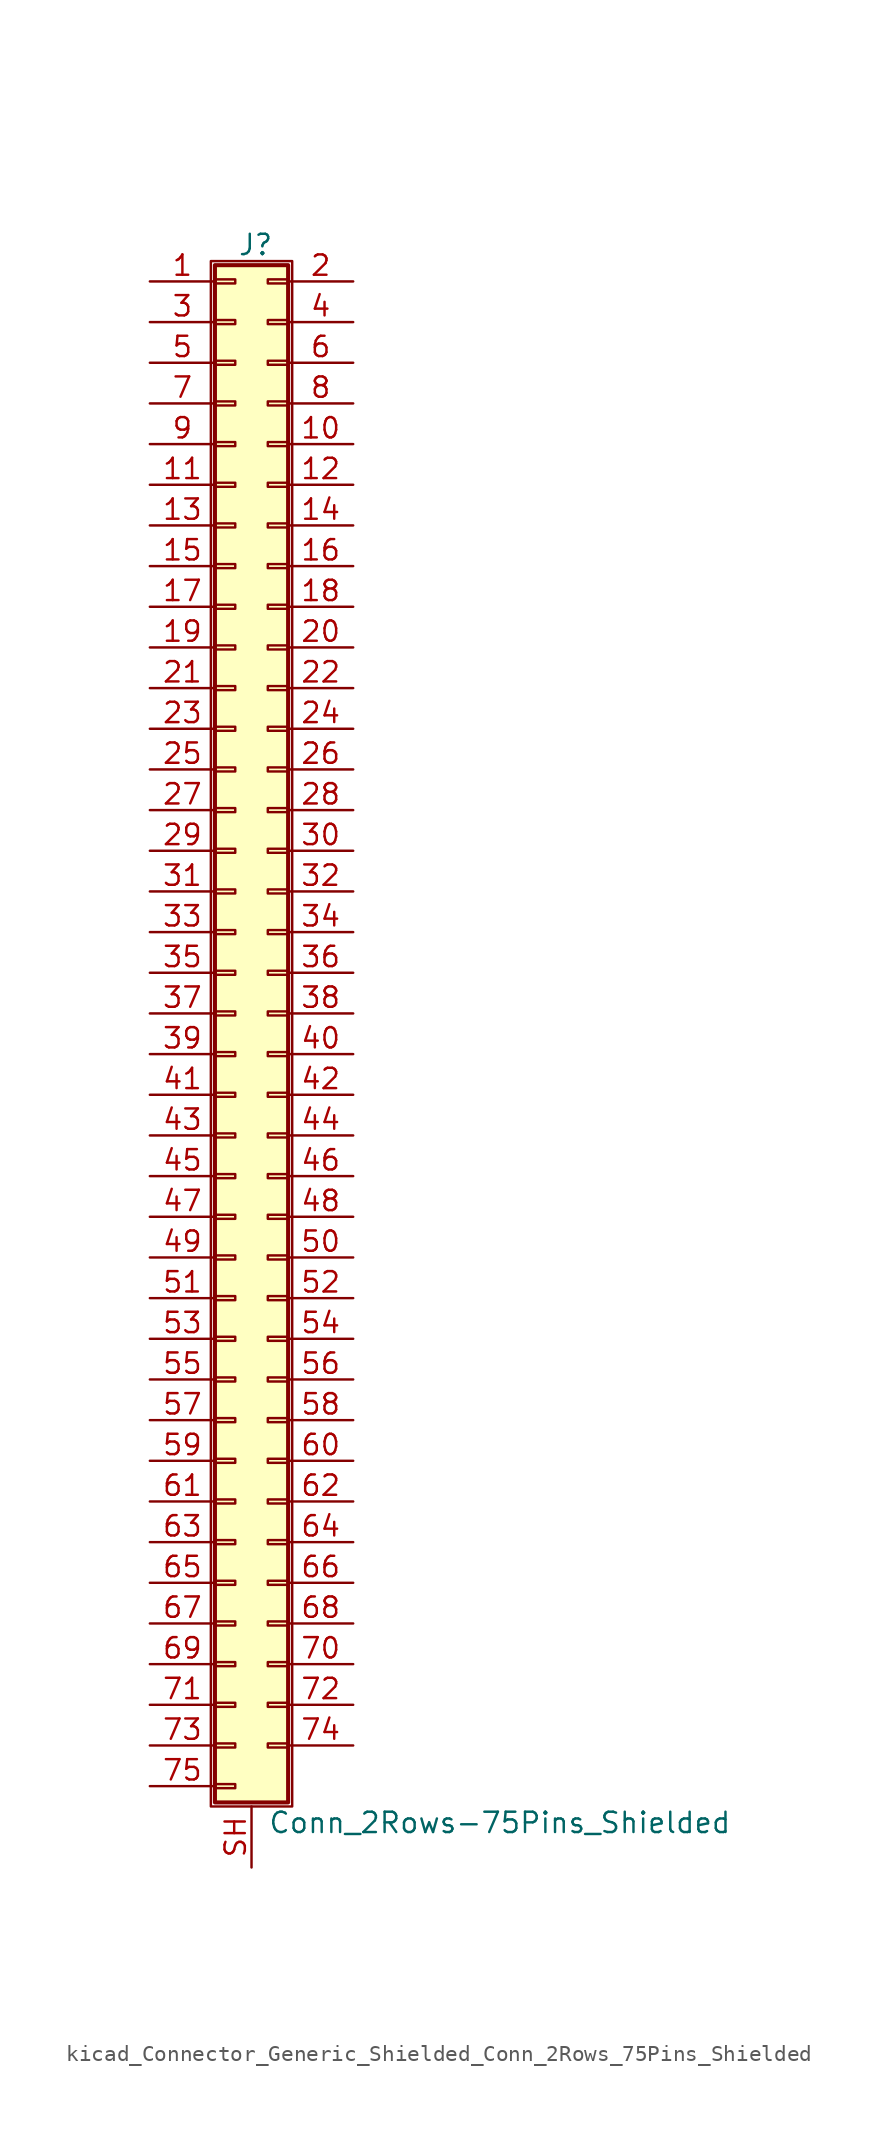
<source format=kicad_sym>
(kicad_symbol_lib
  (version 20220914)
  (generator kicad_symbol_editor)
  (symbol "kicad_Connector_Generic_Shielded_Conn_2Rows_75Pins_Shielded"
    (pin_names
      (offset 1.016) hide)
    (property "Reference" "J"
      (at 1.524 48.006 0)
      (effects (font (size 1.27 1.27))))
    (property "Value" "Conn_2Rows-75Pins_Shielded"
      (at 2.286 -50.546 0)
      (effects (font (size 1.27 1.27)) (justify left)))
    (symbol "kicad_Connector_Generic_Shielded_Conn_2Rows_75Pins_Shielded_1_1"
      (rectangle (start -1.27 46.99) (end 3.81 -49.53) (stroke (width 0.152) (type default)) (fill (type none)))
      (rectangle (start -1.016 -48.133) (end 0.254 -48.387) (stroke (width 0.152) (type default)) (fill (type none)))
      (rectangle (start -1.016 -45.593) (end 0.254 -45.847) (stroke (width 0.152) (type default)) (fill (type none)))
      (rectangle (start -1.016 -43.053) (end 0.254 -43.307) (stroke (width 0.152) (type default)) (fill (type none)))
      (rectangle (start -1.016 -40.513) (end 0.254 -40.767) (stroke (width 0.152) (type default)) (fill (type none)))
      (rectangle (start -1.016 -37.973) (end 0.254 -38.227) (stroke (width 0.152) (type default)) (fill (type none)))
      (rectangle (start -1.016 -35.433) (end 0.254 -35.687) (stroke (width 0.152) (type default)) (fill (type none)))
      (rectangle (start -1.016 -32.893) (end 0.254 -33.147) (stroke (width 0.152) (type default)) (fill (type none)))
      (rectangle (start -1.016 -30.353) (end 0.254 -30.607) (stroke (width 0.152) (type default)) (fill (type none)))
      (rectangle (start -1.016 -27.813) (end 0.254 -28.067) (stroke (width 0.152) (type default)) (fill (type none)))
      (rectangle (start -1.016 -25.273) (end 0.254 -25.527) (stroke (width 0.152) (type default)) (fill (type none)))
      (rectangle (start -1.016 -22.733) (end 0.254 -22.987) (stroke (width 0.152) (type default)) (fill (type none)))
      (rectangle (start -1.016 -20.193) (end 0.254 -20.447) (stroke (width 0.152) (type default)) (fill (type none)))
      (rectangle (start -1.016 -17.653) (end 0.254 -17.907) (stroke (width 0.152) (type default)) (fill (type none)))
      (rectangle (start -1.016 -15.113) (end 0.254 -15.367) (stroke (width 0.152) (type default)) (fill (type none)))
      (rectangle (start -1.016 -12.573) (end 0.254 -12.827) (stroke (width 0.152) (type default)) (fill (type none)))
      (rectangle (start -1.016 -10.033) (end 0.254 -10.287) (stroke (width 0.152) (type default)) (fill (type none)))
      (rectangle (start -1.016 -7.493) (end 0.254 -7.747) (stroke (width 0.152) (type default)) (fill (type none)))
      (rectangle (start -1.016 -4.953) (end 0.254 -5.207) (stroke (width 0.152) (type default)) (fill (type none)))
      (rectangle (start -1.016 -2.413) (end 0.254 -2.667) (stroke (width 0.152) (type default)) (fill (type none)))
      (rectangle (start -1.016 0.127) (end 0.254 -0.127) (stroke (width 0.152) (type default)) (fill (type none)))
      (rectangle (start -1.016 2.667) (end 0.254 2.413) (stroke (width 0.152) (type default)) (fill (type none)))
      (rectangle (start -1.016 5.207) (end 0.254 4.953) (stroke (width 0.152) (type default)) (fill (type none)))
      (rectangle (start -1.016 7.747) (end 0.254 7.493) (stroke (width 0.152) (type default)) (fill (type none)))
      (rectangle (start -1.016 10.287) (end 0.254 10.033) (stroke (width 0.152) (type default)) (fill (type none)))
      (rectangle (start -1.016 12.827) (end 0.254 12.573) (stroke (width 0.152) (type default)) (fill (type none)))
      (rectangle (start -1.016 15.367) (end 0.254 15.113) (stroke (width 0.152) (type default)) (fill (type none)))
      (rectangle (start -1.016 17.907) (end 0.254 17.653) (stroke (width 0.152) (type default)) (fill (type none)))
      (rectangle (start -1.016 20.447) (end 0.254 20.193) (stroke (width 0.152) (type default)) (fill (type none)))
      (rectangle (start -1.016 22.987) (end 0.254 22.733) (stroke (width 0.152) (type default)) (fill (type none)))
      (rectangle (start -1.016 25.527) (end 0.254 25.273) (stroke (width 0.152) (type default)) (fill (type none)))
      (rectangle (start -1.016 28.067) (end 0.254 27.813) (stroke (width 0.152) (type default)) (fill (type none)))
      (rectangle (start -1.016 30.607) (end 0.254 30.353) (stroke (width 0.152) (type default)) (fill (type none)))
      (rectangle (start -1.016 33.147) (end 0.254 32.893) (stroke (width 0.152) (type default)) (fill (type none)))
      (rectangle (start -1.016 35.687) (end 0.254 35.433) (stroke (width 0.152) (type default)) (fill (type none)))
      (rectangle (start -1.016 38.227) (end 0.254 37.973) (stroke (width 0.152) (type default)) (fill (type none)))
      (rectangle (start -1.016 40.767) (end 0.254 40.513) (stroke (width 0.152) (type default)) (fill (type none)))
      (rectangle (start -1.016 43.307) (end 0.254 43.053) (stroke (width 0.152) (type default)) (fill (type none)))
      (rectangle (start -1.016 45.847) (end 0.254 45.593) (stroke (width 0.152) (type default)) (fill (type none)))
      (rectangle (start -1.016 46.736) (end 3.556 -49.276) (stroke (width 0.254) (type default)) (fill (type background)))
      (rectangle (start 3.556 -45.593) (end 2.286 -45.847) (stroke (width 0.152) (type default)) (fill (type none)))
      (rectangle (start 3.556 -43.053) (end 2.286 -43.307) (stroke (width 0.152) (type default)) (fill (type none)))
      (rectangle (start 3.556 -40.513) (end 2.286 -40.767) (stroke (width 0.152) (type default)) (fill (type none)))
      (rectangle (start 3.556 -37.973) (end 2.286 -38.227) (stroke (width 0.152) (type default)) (fill (type none)))
      (rectangle (start 3.556 -35.433) (end 2.286 -35.687) (stroke (width 0.152) (type default)) (fill (type none)))
      (rectangle (start 3.556 -32.893) (end 2.286 -33.147) (stroke (width 0.152) (type default)) (fill (type none)))
      (rectangle (start 3.556 -30.353) (end 2.286 -30.607) (stroke (width 0.152) (type default)) (fill (type none)))
      (rectangle (start 3.556 -27.813) (end 2.286 -28.067) (stroke (width 0.152) (type default)) (fill (type none)))
      (rectangle (start 3.556 -25.273) (end 2.286 -25.527) (stroke (width 0.152) (type default)) (fill (type none)))
      (rectangle (start 3.556 -22.733) (end 2.286 -22.987) (stroke (width 0.152) (type default)) (fill (type none)))
      (rectangle (start 3.556 -20.193) (end 2.286 -20.447) (stroke (width 0.152) (type default)) (fill (type none)))
      (rectangle (start 3.556 -17.653) (end 2.286 -17.907) (stroke (width 0.152) (type default)) (fill (type none)))
      (rectangle (start 3.556 -15.113) (end 2.286 -15.367) (stroke (width 0.152) (type default)) (fill (type none)))
      (rectangle (start 3.556 -12.573) (end 2.286 -12.827) (stroke (width 0.152) (type default)) (fill (type none)))
      (rectangle (start 3.556 -10.033) (end 2.286 -10.287) (stroke (width 0.152) (type default)) (fill (type none)))
      (rectangle (start 3.556 -7.493) (end 2.286 -7.747) (stroke (width 0.152) (type default)) (fill (type none)))
      (rectangle (start 3.556 -4.953) (end 2.286 -5.207) (stroke (width 0.152) (type default)) (fill (type none)))
      (rectangle (start 3.556 -2.413) (end 2.286 -2.667) (stroke (width 0.152) (type default)) (fill (type none)))
      (rectangle (start 3.556 0.127) (end 2.286 -0.127) (stroke (width 0.152) (type default)) (fill (type none)))
      (rectangle (start 3.556 2.667) (end 2.286 2.413) (stroke (width 0.152) (type default)) (fill (type none)))
      (rectangle (start 3.556 5.207) (end 2.286 4.953) (stroke (width 0.152) (type default)) (fill (type none)))
      (rectangle (start 3.556 7.747) (end 2.286 7.493) (stroke (width 0.152) (type default)) (fill (type none)))
      (rectangle (start 3.556 10.287) (end 2.286 10.033) (stroke (width 0.152) (type default)) (fill (type none)))
      (rectangle (start 3.556 12.827) (end 2.286 12.573) (stroke (width 0.152) (type default)) (fill (type none)))
      (rectangle (start 3.556 15.367) (end 2.286 15.113) (stroke (width 0.152) (type default)) (fill (type none)))
      (rectangle (start 3.556 17.907) (end 2.286 17.653) (stroke (width 0.152) (type default)) (fill (type none)))
      (rectangle (start 3.556 20.447) (end 2.286 20.193) (stroke (width 0.152) (type default)) (fill (type none)))
      (rectangle (start 3.556 22.987) (end 2.286 22.733) (stroke (width 0.152) (type default)) (fill (type none)))
      (rectangle (start 3.556 25.527) (end 2.286 25.273) (stroke (width 0.152) (type default)) (fill (type none)))
      (rectangle (start 3.556 28.067) (end 2.286 27.813) (stroke (width 0.152) (type default)) (fill (type none)))
      (rectangle (start 3.556 30.607) (end 2.286 30.353) (stroke (width 0.152) (type default)) (fill (type none)))
      (rectangle (start 3.556 33.147) (end 2.286 32.893) (stroke (width 0.152) (type default)) (fill (type none)))
      (rectangle (start 3.556 35.687) (end 2.286 35.433) (stroke (width 0.152) (type default)) (fill (type none)))
      (rectangle (start 3.556 38.227) (end 2.286 37.973) (stroke (width 0.152) (type default)) (fill (type none)))
      (rectangle (start 3.556 40.767) (end 2.286 40.513) (stroke (width 0.152) (type default)) (fill (type none)))
      (rectangle (start 3.556 43.307) (end 2.286 43.053) (stroke (width 0.152) (type default)) (fill (type none)))
      (rectangle (start 3.556 45.847) (end 2.286 45.593) (stroke (width 0.152) (type default)) (fill (type none)))
      (pin passive line (at -5.08 45.72 0) (length 4.064) (name "Pin_1" (effects (font (size 1.27 1.27)))) (number "1" (effects (font (size 1.27 1.27)))))
      (pin passive line (at 7.62 35.56 180) (length 4.064) (name "Pin_10" (effects (font (size 1.27 1.27)))) (number "10" (effects (font (size 1.27 1.27)))))
      (pin passive line (at -5.08 33.02 0) (length 4.064) (name "Pin_11" (effects (font (size 1.27 1.27)))) (number "11" (effects (font (size 1.27 1.27)))))
      (pin passive line (at 7.62 33.02 180) (length 4.064) (name "Pin_12" (effects (font (size 1.27 1.27)))) (number "12" (effects (font (size 1.27 1.27)))))
      (pin passive line (at -5.08 30.48 0) (length 4.064) (name "Pin_13" (effects (font (size 1.27 1.27)))) (number "13" (effects (font (size 1.27 1.27)))))
      (pin passive line (at 7.62 30.48 180) (length 4.064) (name "Pin_14" (effects (font (size 1.27 1.27)))) (number "14" (effects (font (size 1.27 1.27)))))
      (pin passive line (at -5.08 27.94 0) (length 4.064) (name "Pin_15" (effects (font (size 1.27 1.27)))) (number "15" (effects (font (size 1.27 1.27)))))
      (pin passive line (at 7.62 27.94 180) (length 4.064) (name "Pin_16" (effects (font (size 1.27 1.27)))) (number "16" (effects (font (size 1.27 1.27)))))
      (pin passive line (at -5.08 25.4 0) (length 4.064) (name "Pin_17" (effects (font (size 1.27 1.27)))) (number "17" (effects (font (size 1.27 1.27)))))
      (pin passive line (at 7.62 25.4 180) (length 4.064) (name "Pin_18" (effects (font (size 1.27 1.27)))) (number "18" (effects (font (size 1.27 1.27)))))
      (pin passive line (at -5.08 22.86 0) (length 4.064) (name "Pin_19" (effects (font (size 1.27 1.27)))) (number "19" (effects (font (size 1.27 1.27)))))
      (pin passive line (at 7.62 45.72 180) (length 4.064) (name "Pin_2" (effects (font (size 1.27 1.27)))) (number "2" (effects (font (size 1.27 1.27)))))
      (pin passive line (at 7.62 22.86 180) (length 4.064) (name "Pin_20" (effects (font (size 1.27 1.27)))) (number "20" (effects (font (size 1.27 1.27)))))
      (pin passive line (at -5.08 20.32 0) (length 4.064) (name "Pin_21" (effects (font (size 1.27 1.27)))) (number "21" (effects (font (size 1.27 1.27)))))
      (pin passive line (at 7.62 20.32 180) (length 4.064) (name "Pin_22" (effects (font (size 1.27 1.27)))) (number "22" (effects (font (size 1.27 1.27)))))
      (pin passive line (at -5.08 17.78 0) (length 4.064) (name "Pin_23" (effects (font (size 1.27 1.27)))) (number "23" (effects (font (size 1.27 1.27)))))
      (pin passive line (at 7.62 17.78 180) (length 4.064) (name "Pin_24" (effects (font (size 1.27 1.27)))) (number "24" (effects (font (size 1.27 1.27)))))
      (pin passive line (at -5.08 15.24 0) (length 4.064) (name "Pin_25" (effects (font (size 1.27 1.27)))) (number "25" (effects (font (size 1.27 1.27)))))
      (pin passive line (at 7.62 15.24 180) (length 4.064) (name "Pin_26" (effects (font (size 1.27 1.27)))) (number "26" (effects (font (size 1.27 1.27)))))
      (pin passive line (at -5.08 12.7 0) (length 4.064) (name "Pin_27" (effects (font (size 1.27 1.27)))) (number "27" (effects (font (size 1.27 1.27)))))
      (pin passive line (at 7.62 12.7 180) (length 4.064) (name "Pin_28" (effects (font (size 1.27 1.27)))) (number "28" (effects (font (size 1.27 1.27)))))
      (pin passive line (at -5.08 10.16 0) (length 4.064) (name "Pin_29" (effects (font (size 1.27 1.27)))) (number "29" (effects (font (size 1.27 1.27)))))
      (pin passive line (at -5.08 43.18 0) (length 4.064) (name "Pin_3" (effects (font (size 1.27 1.27)))) (number "3" (effects (font (size 1.27 1.27)))))
      (pin passive line (at 7.62 10.16 180) (length 4.064) (name "Pin_30" (effects (font (size 1.27 1.27)))) (number "30" (effects (font (size 1.27 1.27)))))
      (pin passive line (at -5.08 7.62 0) (length 4.064) (name "Pin_31" (effects (font (size 1.27 1.27)))) (number "31" (effects (font (size 1.27 1.27)))))
      (pin passive line (at 7.62 7.62 180) (length 4.064) (name "Pin_32" (effects (font (size 1.27 1.27)))) (number "32" (effects (font (size 1.27 1.27)))))
      (pin passive line (at -5.08 5.08 0) (length 4.064) (name "Pin_33" (effects (font (size 1.27 1.27)))) (number "33" (effects (font (size 1.27 1.27)))))
      (pin passive line (at 7.62 5.08 180) (length 4.064) (name "Pin_34" (effects (font (size 1.27 1.27)))) (number "34" (effects (font (size 1.27 1.27)))))
      (pin passive line (at -5.08 2.54 0) (length 4.064) (name "Pin_35" (effects (font (size 1.27 1.27)))) (number "35" (effects (font (size 1.27 1.27)))))
      (pin passive line (at 7.62 2.54 180) (length 4.064) (name "Pin_36" (effects (font (size 1.27 1.27)))) (number "36" (effects (font (size 1.27 1.27)))))
      (pin passive line (at -5.08 0 0) (length 4.064) (name "Pin_37" (effects (font (size 1.27 1.27)))) (number "37" (effects (font (size 1.27 1.27)))))
      (pin passive line (at 7.62 0 180) (length 4.064) (name "Pin_38" (effects (font (size 1.27 1.27)))) (number "38" (effects (font (size 1.27 1.27)))))
      (pin passive line (at -5.08 -2.54 0) (length 4.064) (name "Pin_39" (effects (font (size 1.27 1.27)))) (number "39" (effects (font (size 1.27 1.27)))))
      (pin passive line (at 7.62 43.18 180) (length 4.064) (name "Pin_4" (effects (font (size 1.27 1.27)))) (number "4" (effects (font (size 1.27 1.27)))))
      (pin passive line (at 7.62 -2.54 180) (length 4.064) (name "Pin_40" (effects (font (size 1.27 1.27)))) (number "40" (effects (font (size 1.27 1.27)))))
      (pin passive line (at -5.08 -5.08 0) (length 4.064) (name "Pin_41" (effects (font (size 1.27 1.27)))) (number "41" (effects (font (size 1.27 1.27)))))
      (pin passive line (at 7.62 -5.08 180) (length 4.064) (name "Pin_42" (effects (font (size 1.27 1.27)))) (number "42" (effects (font (size 1.27 1.27)))))
      (pin passive line (at -5.08 -7.62 0) (length 4.064) (name "Pin_43" (effects (font (size 1.27 1.27)))) (number "43" (effects (font (size 1.27 1.27)))))
      (pin passive line (at 7.62 -7.62 180) (length 4.064) (name "Pin_44" (effects (font (size 1.27 1.27)))) (number "44" (effects (font (size 1.27 1.27)))))
      (pin passive line (at -5.08 -10.16 0) (length 4.064) (name "Pin_45" (effects (font (size 1.27 1.27)))) (number "45" (effects (font (size 1.27 1.27)))))
      (pin passive line (at 7.62 -10.16 180) (length 4.064) (name "Pin_46" (effects (font (size 1.27 1.27)))) (number "46" (effects (font (size 1.27 1.27)))))
      (pin passive line (at -5.08 -12.7 0) (length 4.064) (name "Pin_47" (effects (font (size 1.27 1.27)))) (number "47" (effects (font (size 1.27 1.27)))))
      (pin passive line (at 7.62 -12.7 180) (length 4.064) (name "Pin_48" (effects (font (size 1.27 1.27)))) (number "48" (effects (font (size 1.27 1.27)))))
      (pin passive line (at -5.08 -15.24 0) (length 4.064) (name "Pin_49" (effects (font (size 1.27 1.27)))) (number "49" (effects (font (size 1.27 1.27)))))
      (pin passive line (at -5.08 40.64 0) (length 4.064) (name "Pin_5" (effects (font (size 1.27 1.27)))) (number "5" (effects (font (size 1.27 1.27)))))
      (pin passive line (at 7.62 -15.24 180) (length 4.064) (name "Pin_50" (effects (font (size 1.27 1.27)))) (number "50" (effects (font (size 1.27 1.27)))))
      (pin passive line (at -5.08 -17.78 0) (length 4.064) (name "Pin_51" (effects (font (size 1.27 1.27)))) (number "51" (effects (font (size 1.27 1.27)))))
      (pin passive line (at 7.62 -17.78 180) (length 4.064) (name "Pin_52" (effects (font (size 1.27 1.27)))) (number "52" (effects (font (size 1.27 1.27)))))
      (pin passive line (at -5.08 -20.32 0) (length 4.064) (name "Pin_53" (effects (font (size 1.27 1.27)))) (number "53" (effects (font (size 1.27 1.27)))))
      (pin passive line (at 7.62 -20.32 180) (length 4.064) (name "Pin_54" (effects (font (size 1.27 1.27)))) (number "54" (effects (font (size 1.27 1.27)))))
      (pin passive line (at -5.08 -22.86 0) (length 4.064) (name "Pin_55" (effects (font (size 1.27 1.27)))) (number "55" (effects (font (size 1.27 1.27)))))
      (pin passive line (at 7.62 -22.86 180) (length 4.064) (name "Pin_56" (effects (font (size 1.27 1.27)))) (number "56" (effects (font (size 1.27 1.27)))))
      (pin passive line (at -5.08 -25.4 0) (length 4.064) (name "Pin_57" (effects (font (size 1.27 1.27)))) (number "57" (effects (font (size 1.27 1.27)))))
      (pin passive line (at 7.62 -25.4 180) (length 4.064) (name "Pin_58" (effects (font (size 1.27 1.27)))) (number "58" (effects (font (size 1.27 1.27)))))
      (pin passive line (at -5.08 -27.94 0) (length 4.064) (name "Pin_59" (effects (font (size 1.27 1.27)))) (number "59" (effects (font (size 1.27 1.27)))))
      (pin passive line (at 7.62 40.64 180) (length 4.064) (name "Pin_6" (effects (font (size 1.27 1.27)))) (number "6" (effects (font (size 1.27 1.27)))))
      (pin passive line (at 7.62 -27.94 180) (length 4.064) (name "Pin_60" (effects (font (size 1.27 1.27)))) (number "60" (effects (font (size 1.27 1.27)))))
      (pin passive line (at -5.08 -30.48 0) (length 4.064) (name "Pin_61" (effects (font (size 1.27 1.27)))) (number "61" (effects (font (size 1.27 1.27)))))
      (pin passive line (at 7.62 -30.48 180) (length 4.064) (name "Pin_62" (effects (font (size 1.27 1.27)))) (number "62" (effects (font (size 1.27 1.27)))))
      (pin passive line (at -5.08 -33.02 0) (length 4.064) (name "Pin_63" (effects (font (size 1.27 1.27)))) (number "63" (effects (font (size 1.27 1.27)))))
      (pin passive line (at 7.62 -33.02 180) (length 4.064) (name "Pin_64" (effects (font (size 1.27 1.27)))) (number "64" (effects (font (size 1.27 1.27)))))
      (pin passive line (at -5.08 -35.56 0) (length 4.064) (name "Pin_65" (effects (font (size 1.27 1.27)))) (number "65" (effects (font (size 1.27 1.27)))))
      (pin passive line (at 7.62 -35.56 180) (length 4.064) (name "Pin_66" (effects (font (size 1.27 1.27)))) (number "66" (effects (font (size 1.27 1.27)))))
      (pin passive line (at -5.08 -38.1 0) (length 4.064) (name "Pin_67" (effects (font (size 1.27 1.27)))) (number "67" (effects (font (size 1.27 1.27)))))
      (pin passive line (at 7.62 -38.1 180) (length 4.064) (name "Pin_68" (effects (font (size 1.27 1.27)))) (number "68" (effects (font (size 1.27 1.27)))))
      (pin passive line (at -5.08 -40.64 0) (length 4.064) (name "Pin_69" (effects (font (size 1.27 1.27)))) (number "69" (effects (font (size 1.27 1.27)))))
      (pin passive line (at -5.08 38.1 0) (length 4.064) (name "Pin_7" (effects (font (size 1.27 1.27)))) (number "7" (effects (font (size 1.27 1.27)))))
      (pin passive line (at 7.62 -40.64 180) (length 4.064) (name "Pin_70" (effects (font (size 1.27 1.27)))) (number "70" (effects (font (size 1.27 1.27)))))
      (pin passive line (at -5.08 -43.18 0) (length 4.064) (name "Pin_71" (effects (font (size 1.27 1.27)))) (number "71" (effects (font (size 1.27 1.27)))))
      (pin passive line (at 7.62 -43.18 180) (length 4.064) (name "Pin_72" (effects (font (size 1.27 1.27)))) (number "72" (effects (font (size 1.27 1.27)))))
      (pin passive line (at -5.08 -45.72 0) (length 4.064) (name "Pin_73" (effects (font (size 1.27 1.27)))) (number "73" (effects (font (size 1.27 1.27)))))
      (pin passive line (at 7.62 -45.72 180) (length 4.064) (name "Pin_74" (effects (font (size 1.27 1.27)))) (number "74" (effects (font (size 1.27 1.27)))))
      (pin passive line (at -5.08 -48.26 0) (length 4.064) (name "Pin_75" (effects (font (size 1.27 1.27)))) (number "75" (effects (font (size 1.27 1.27)))))
      (pin passive line (at 7.62 38.1 180) (length 4.064) (name "Pin_8" (effects (font (size 1.27 1.27)))) (number "8" (effects (font (size 1.27 1.27)))))
      (pin passive line (at -5.08 35.56 0) (length 4.064) (name "Pin_9" (effects (font (size 1.27 1.27)))) (number "9" (effects (font (size 1.27 1.27)))))
      (pin passive line (at 1.27 -53.34 90) (length 3.81) (name "Shield" (effects (font (size 1.27 1.27)))) (number "SH" (effects (font (size 1.27 1.27))))))))
</source>
